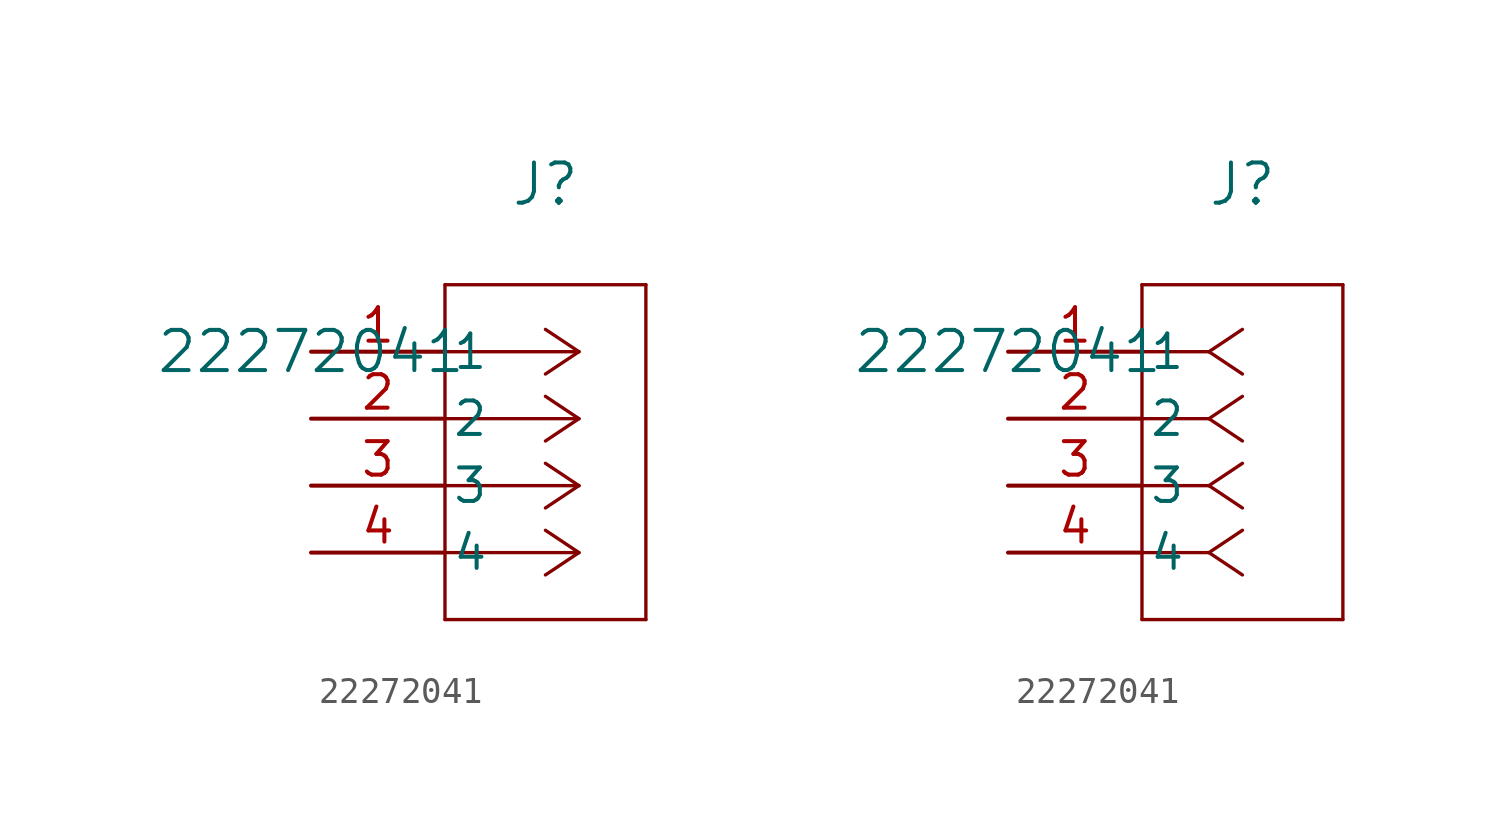
<source format=kicad_sym>
(kicad_symbol_lib
  (version 20211014)
  (generator kicad_symbol_editor)
  (symbol "22272041"
    (pin_names
      (offset 0.254))
    (property "Reference" "J"
      (at 8.89 6.35 0)
      (effects (font (size 1.524 1.524))))
    (property "Value" "22272041"
      (at 0 0 0)
      (effects (font (size 1.524 1.524))))
    (symbol "22272041_1_1"
      (polyline (pts (xy 10.16 0) (xy 5.08 0)) (stroke (width 0.127) (type default) (color 0 0 0 0)) (fill (type none)))
      (polyline (pts (xy 10.16 -2.54) (xy 5.08 -2.54)) (stroke (width 0.127) (type default) (color 0 0 0 0)) (fill (type none)))
      (polyline (pts (xy 10.16 -5.08) (xy 5.08 -5.08)) (stroke (width 0.127) (type default) (color 0 0 0 0)) (fill (type none)))
      (polyline (pts (xy 10.16 -7.62) (xy 5.08 -7.62)) (stroke (width 0.127) (type default) (color 0 0 0 0)) (fill (type none)))
      (polyline (pts (xy 10.16 0) (xy 8.89 0.847)) (stroke (width 0.127) (type default) (color 0 0 0 0)) (fill (type none)))
      (polyline (pts (xy 10.16 -2.54) (xy 8.89 -1.693)) (stroke (width 0.127) (type default) (color 0 0 0 0)) (fill (type none)))
      (polyline (pts (xy 10.16 -5.08) (xy 8.89 -4.233)) (stroke (width 0.127) (type default) (color 0 0 0 0)) (fill (type none)))
      (polyline (pts (xy 10.16 -7.62) (xy 8.89 -6.773)) (stroke (width 0.127) (type default) (color 0 0 0 0)) (fill (type none)))
      (polyline (pts (xy 10.16 0) (xy 8.89 -0.847)) (stroke (width 0.127) (type default) (color 0 0 0 0)) (fill (type none)))
      (polyline (pts (xy 10.16 -2.54) (xy 8.89 -3.387)) (stroke (width 0.127) (type default) (color 0 0 0 0)) (fill (type none)))
      (polyline (pts (xy 10.16 -5.08) (xy 8.89 -5.927)) (stroke (width 0.127) (type default) (color 0 0 0 0)) (fill (type none)))
      (polyline (pts (xy 10.16 -7.62) (xy 8.89 -8.467)) (stroke (width 0.127) (type default) (color 0 0 0 0)) (fill (type none)))
      (polyline (pts (xy 5.08 2.54) (xy 5.08 -10.16)) (stroke (width 0.127) (type default) (color 0 0 0 0)) (fill (type none)))
      (polyline (pts (xy 5.08 -10.16) (xy 12.7 -10.16)) (stroke (width 0.127) (type default) (color 0 0 0 0)) (fill (type none)))
      (polyline (pts (xy 12.7 -10.16) (xy 12.7 2.54)) (stroke (width 0.127) (type default) (color 0 0 0 0)) (fill (type none)))
      (polyline (pts (xy 12.7 2.54) (xy 5.08 2.54)) (stroke (width 0.127) (type default) (color 0 0 0 0)) (fill (type none)))
      (pin unspecified line (at 0 0 0) (length 5.08) (name "1" (effects (font (size 1.27 1.27)))) (number "1" (effects (font (size 1.27 1.27)))))
      (pin unspecified line (at 0 -2.54 0) (length 5.08) (name "2" (effects (font (size 1.27 1.27)))) (number "2" (effects (font (size 1.27 1.27)))))
      (pin unspecified line (at 0 -5.08 0) (length 5.08) (name "3" (effects (font (size 1.27 1.27)))) (number "3" (effects (font (size 1.27 1.27)))))
      (pin unspecified line (at 0 -7.62 0) (length 5.08) (name "4" (effects (font (size 1.27 1.27)))) (number "4" (effects (font (size 1.27 1.27))))))
    (symbol "22272041_1_2"
      (polyline (pts (xy 7.62 0) (xy 5.08 0)) (stroke (width 0.127) (type default) (color 0 0 0 0)) (fill (type none)))
      (polyline (pts (xy 7.62 -2.54) (xy 5.08 -2.54)) (stroke (width 0.127) (type default) (color 0 0 0 0)) (fill (type none)))
      (polyline (pts (xy 7.62 -5.08) (xy 5.08 -5.08)) (stroke (width 0.127) (type default) (color 0 0 0 0)) (fill (type none)))
      (polyline (pts (xy 7.62 -7.62) (xy 5.08 -7.62)) (stroke (width 0.127) (type default) (color 0 0 0 0)) (fill (type none)))
      (polyline (pts (xy 7.62 0) (xy 8.89 0.847)) (stroke (width 0.127) (type default) (color 0 0 0 0)) (fill (type none)))
      (polyline (pts (xy 7.62 -2.54) (xy 8.89 -1.693)) (stroke (width 0.127) (type default) (color 0 0 0 0)) (fill (type none)))
      (polyline (pts (xy 7.62 -5.08) (xy 8.89 -4.233)) (stroke (width 0.127) (type default) (color 0 0 0 0)) (fill (type none)))
      (polyline (pts (xy 7.62 -7.62) (xy 8.89 -6.773)) (stroke (width 0.127) (type default) (color 0 0 0 0)) (fill (type none)))
      (polyline (pts (xy 7.62 0) (xy 8.89 -0.847)) (stroke (width 0.127) (type default) (color 0 0 0 0)) (fill (type none)))
      (polyline (pts (xy 7.62 -2.54) (xy 8.89 -3.387)) (stroke (width 0.127) (type default) (color 0 0 0 0)) (fill (type none)))
      (polyline (pts (xy 7.62 -5.08) (xy 8.89 -5.927)) (stroke (width 0.127) (type default) (color 0 0 0 0)) (fill (type none)))
      (polyline (pts (xy 7.62 -7.62) (xy 8.89 -8.467)) (stroke (width 0.127) (type default) (color 0 0 0 0)) (fill (type none)))
      (polyline (pts (xy 5.08 2.54) (xy 5.08 -10.16)) (stroke (width 0.127) (type default) (color 0 0 0 0)) (fill (type none)))
      (polyline (pts (xy 5.08 -10.16) (xy 12.7 -10.16)) (stroke (width 0.127) (type default) (color 0 0 0 0)) (fill (type none)))
      (polyline (pts (xy 12.7 -10.16) (xy 12.7 2.54)) (stroke (width 0.127) (type default) (color 0 0 0 0)) (fill (type none)))
      (polyline (pts (xy 12.7 2.54) (xy 5.08 2.54)) (stroke (width 0.127) (type default) (color 0 0 0 0)) (fill (type none)))
      (pin unspecified line (at 0 0 0) (length 5.08) (name "1" (effects (font (size 1.27 1.27)))) (number "1" (effects (font (size 1.27 1.27)))))
      (pin unspecified line (at 0 -2.54 0) (length 5.08) (name "2" (effects (font (size 1.27 1.27)))) (number "2" (effects (font (size 1.27 1.27)))))
      (pin unspecified line (at 0 -5.08 0) (length 5.08) (name "3" (effects (font (size 1.27 1.27)))) (number "3" (effects (font (size 1.27 1.27)))))
      (pin unspecified line (at 0 -7.62 0) (length 5.08) (name "4" (effects (font (size 1.27 1.27)))) (number "4" (effects (font (size 1.27 1.27))))))))
</source>
